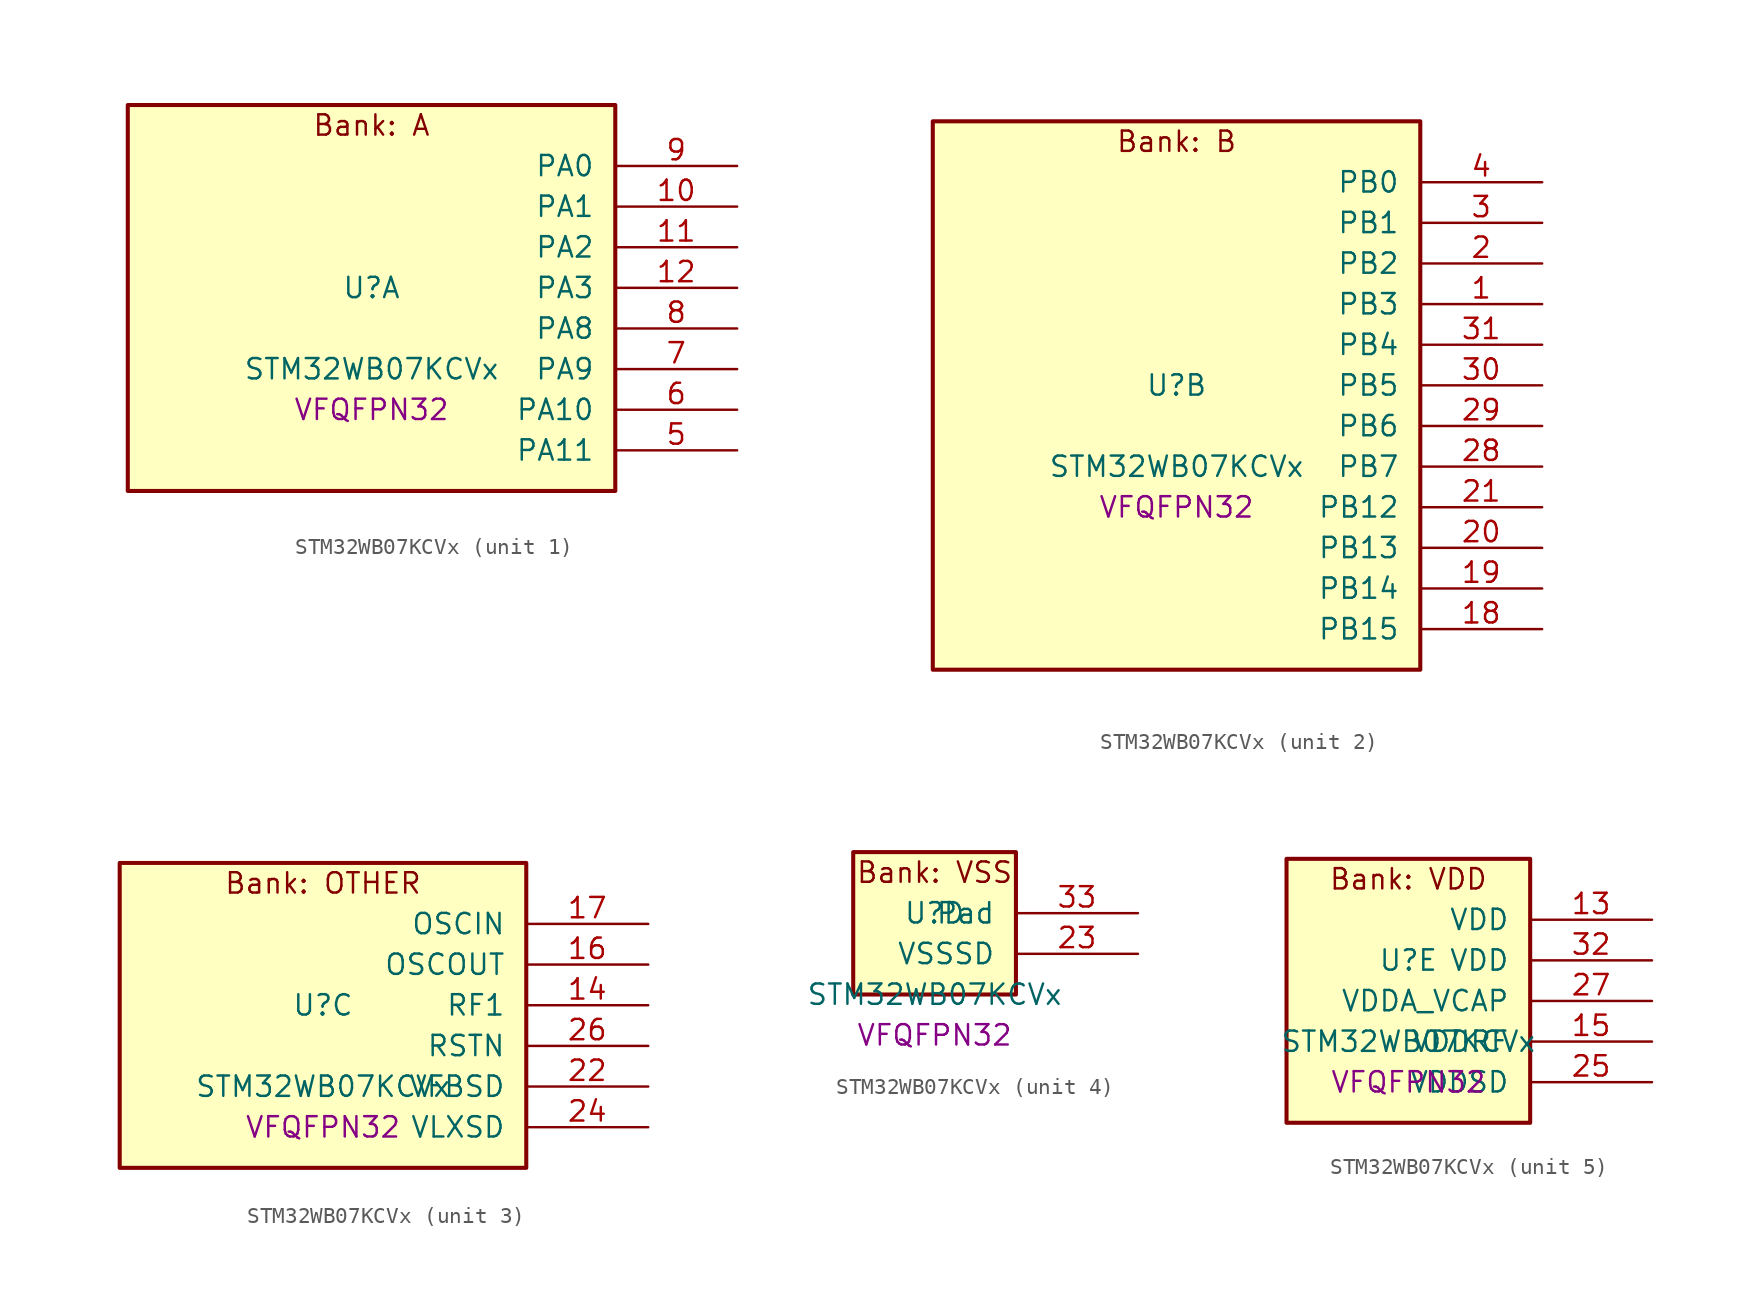
<source format=kicad_sym>
(kicad_symbol_lib
  (version 20241209)
  (generator "stm32_pkl_generator")
  (generator_version "1.0")
  (symbol "STM32WB07KCVx"
    (pin_names
      (offset 1.27))
    (property "Reference" "U"
      (at 0 2.54 0))
    (property "Value" "STM32WB07KCVx"
      (at 0 -2.54 0))
    (property "Footprint" "VFQFPN32"
      (at 0 -5.08 0))
    (symbol "STM32WB07KCVx_1_1"
      (rectangle (start -15.24 13.97) (end 15.24 -10.16) (stroke (width 0.254) (type solid)) (fill (type background)))
      (text "Bank: A" (at 0 12.7 0))
      (pin bidirectional line (at 22.86 10.16 180) (length 7.62) (name "PA0") (number "9") (alternate "PA0/I2C1_SCL" bidirectional line) (alternate "PA0/I2S2_MCK" bidirectional line) (alternate "PA0/PWR_WKUP12" bidirectional line) (alternate "PA0/TIM1_CH3" bidirectional line) (alternate "PA0/USART1_CTS" bidirectional line))
      (pin bidirectional line (at 22.86 7.62 180) (length 7.62) (name "PA1") (number "10") (alternate "PA1/I2C1_SDA" bidirectional line) (alternate "PA1/PWR_WKUP13" bidirectional line) (alternate "PA1/SPI2_MISO" bidirectional line) (alternate "PA1/TIM1_CH4" bidirectional line) (alternate "PA1/USART1_TX" bidirectional line))
      (pin bidirectional line (at 22.86 5.08 180) (length 7.62) (name "PA2") (number "11") (alternate "PA2/DEBUG_SWDIO" bidirectional line) (alternate "PA2/I2S3_MCK" bidirectional line) (alternate "PA2/PWR_WKUP14" bidirectional line) (alternate "PA2/USART1_CK" bidirectional line))
      (pin bidirectional line (at 22.86 2.54 180) (length 7.62) (name "PA3") (number "12") (alternate "PA3/DEBUG_SWCLK" bidirectional line) (alternate "PA3/I2S3_SCK" bidirectional line) (alternate "PA3/PWR_WKUP15" bidirectional line) (alternate "PA3/SPI3_SCK" bidirectional line) (alternate "PA3/TIM1_BKIN2" bidirectional line) (alternate "PA3/USART1_DE" bidirectional line) (alternate "PA3/USART1_RTS" bidirectional line))
      (pin bidirectional line (at 22.86 0 180) (length 7.62) (name "PA8") (number "8") (alternate "PA8/PWR_WKUP8" bidirectional line) (alternate "PA8/PWR_WKUP20" bidirectional line) (alternate "PA8/RADIO_RX_SEQUENCE" bidirectional line) (alternate "PA8/RTC_OUT" bidirectional line) (alternate "PA8/SPI1_MOSI" bidirectional line) (alternate "PA8/SPI3_MISO" bidirectional line) (alternate "PA8/TIM1_CH3" bidirectional line) (alternate "PA8/USART1_RX" bidirectional line))
      (pin bidirectional line (at 22.86 -2.54 180) (length 7.62) (name "PA9") (number "7") (alternate "PA9/I2S3_WS" bidirectional line) (alternate "PA9/PWR_WKUP9" bidirectional line) (alternate "PA9/PWR_WKUP21" bidirectional line) (alternate "PA9/RTC_OUT" bidirectional line) (alternate "PA9/SPI1_SCK" bidirectional line) (alternate "PA9/SPI3_NSS" bidirectional line) (alternate "PA9/TIM1_CH4" bidirectional line) (alternate "PA9/USART1_TX" bidirectional line))
      (pin bidirectional line (at 22.86 -5.08 180) (length 7.62) (name "PA10") (number "6") (alternate "PA10/I2S3_MCK" bidirectional line) (alternate "PA10/PWR_WKUP10" bidirectional line) (alternate "PA10/PWR_WKUP22" bidirectional line) (alternate "PA10/RADIO_TX_SEQUENCE" bidirectional line) (alternate "PA10/RCC_LCO" bidirectional line) (alternate "PA10/SPI1_MISO" bidirectional line))
      (pin bidirectional line (at 22.86 -7.62 180) (length 7.62) (name "PA11") (number "5") (alternate "PA11/I2S3_SD" bidirectional line) (alternate "PA11/PWR_WKUP11" bidirectional line) (alternate "PA11/PWR_WKUP23" bidirectional line) (alternate "PA11/RADIO_RX_SEQUENCE" bidirectional line) (alternate "PA11/RCC_MCO" bidirectional line) (alternate "PA11/RTC_OUT" bidirectional line) (alternate "PA11/SPI1_NSS" bidirectional line) (alternate "PA11/SPI3_MOSI" bidirectional line)))
    (symbol "STM32WB07KCVx_2_1"
      (rectangle (start -15.24 19.05) (end 15.24 -15.24) (stroke (width 0.254) (type solid)) (fill (type background)))
      (text "Bank: B" (at 0 17.78 0))
      (pin bidirectional line (at 22.86 15.24 180) (length 7.62) (name "PB0") (number "4") (alternate "PB0/ADC1_VINM1" bidirectional line) (alternate "PB0/LPUART1_DE" bidirectional line) (alternate "PB0/LPUART1_RTS" bidirectional line) (alternate "PB0/PWR_WKUP0" bidirectional line) (alternate "PB0/TIM1_CH2N" bidirectional line) (alternate "PB0/USART1_RX" bidirectional line))
      (pin bidirectional line (at 22.86 12.7 180) (length 7.62) (name "PB1") (number "3") (alternate "PB1/ADC1_PDM_CLK" bidirectional line) (alternate "PB1/ADC1_VINP1" bidirectional line) (alternate "PB1/PWR_WKUP1" bidirectional line) (alternate "PB1/SPI1_NSS" bidirectional line) (alternate "PB1/TIM1_ETR" bidirectional line))
      (pin bidirectional line (at 22.86 10.16 180) (length 7.62) (name "PB2") (number "2") (alternate "PB2/ADC1_PDM_DATA" bidirectional line) (alternate "PB2/ADC1_PGA_CAP0" bidirectional line) (alternate "PB2/ADC1_VINM0" bidirectional line) (alternate "PB2/PWR_WKUP2" bidirectional line) (alternate "PB2/TIM1_CH3" bidirectional line) (alternate "PB2/USART1_DE" bidirectional line) (alternate "PB2/USART1_RTS" bidirectional line))
      (pin bidirectional line (at 22.86 7.62 180) (length 7.62) (name "PB3") (number "1") (alternate "PB3/ADC1_PGA_CAP1" bidirectional line) (alternate "PB3/ADC1_VINP0" bidirectional line) (alternate "PB3/LPUART1_TX" bidirectional line) (alternate "PB3/PWR_WKUP3" bidirectional line) (alternate "PB3/TIM1_CH4" bidirectional line) (alternate "PB3/USART1_CTS" bidirectional line))
      (pin bidirectional line (at 22.86 5.08 180) (length 7.62) (name "PB4") (number "31") (alternate "PB4/ADC1_PDM_DATA" bidirectional line) (alternate "PB4/ADC1_PGA_VIN" bidirectional line) (alternate "PB4/LPUART1_TX" bidirectional line) (alternate "PB4/PWR_WKUP4" bidirectional line) (alternate "PB4/SPI2_MISO" bidirectional line))
      (pin bidirectional line (at 22.86 2.54 180) (length 7.62) (name "PB5") (number "30") (alternate "PB5/ADC1_PDM_CLK" bidirectional line) (alternate "PB5/ADC1_PGA_VBIAS_MIC" bidirectional line) (alternate "PB5/I2S2_SD" bidirectional line) (alternate "PB5/LPUART1_RX" bidirectional line) (alternate "PB5/PWR_WKUP5" bidirectional line) (alternate "PB5/SPI2_MOSI" bidirectional line))
      (pin bidirectional line (at 22.86 0 180) (length 7.62) (name "PB6") (number "29") (alternate "PB6/I2C2_SCL" bidirectional line) (alternate "PB6/I2S2_WS" bidirectional line) (alternate "PB6/LPUART1_TX" bidirectional line) (alternate "PB6/PWR_WKUP6" bidirectional line) (alternate "PB6/SPI2_NSS" bidirectional line) (alternate "PB6/TIM1_CH1" bidirectional line))
      (pin bidirectional line (at 22.86 -2.54 180) (length 7.62) (name "PB7") (number "28") (alternate "PB7/I2C2_SDA" bidirectional line) (alternate "PB7/I2S2_SCK" bidirectional line) (alternate "PB7/LPUART1_RX" bidirectional line) (alternate "PB7/PWR_WKUP7" bidirectional line) (alternate "PB7/SPI2_SCK" bidirectional line) (alternate "PB7/TIM1_CH2" bidirectional line))
      (pin bidirectional line (at 22.86 -5.08 180) (length 7.62) (name "PB12") (number "21") (alternate "PB12/ADC1_PDM_DATA" bidirectional line) (alternate "PB12/RCC_LCO" bidirectional line) (alternate "PB12/RCC_OSC32_OUT" bidirectional line) (alternate "PB12/SPI1_SCK" bidirectional line) (alternate "PB12/TIM1_CH3" bidirectional line))
      (pin bidirectional line (at 22.86 -7.62 180) (length 7.62) (name "PB13") (number "20") (alternate "PB13/ADC1_PDM_CLK" bidirectional line) (alternate "PB13/I2C2_SCL" bidirectional line) (alternate "PB13/RCC_OSC32_IN" bidirectional line) (alternate "PB13/SPI1_MISO" bidirectional line) (alternate "PB13/TIM1_BKIN2" bidirectional line) (alternate "PB13/TIM1_CH4" bidirectional line))
      (pin bidirectional line (at 22.86 -10.16 180) (length 7.62) (name "PB14") (number "19") (alternate "PB14/I2C2_SDA" bidirectional line) (alternate "PB14/PWR_PVD_IN" bidirectional line) (alternate "PB14/SPI1_MOSI" bidirectional line) (alternate "PB14/TIM1_CH3N" bidirectional line) (alternate "PB14/TIM1_ETR" bidirectional line) (alternate "PB14/USART1_RX" bidirectional line))
      (pin bidirectional line (at 22.86 -12.7 180) (length 7.62) (name "PB15") (number "18") (alternate "PB15/I2C1_SMBA" bidirectional line) (alternate "PB15/RADIO_TX_SEQUENCE" bidirectional line) (alternate "PB15/RCC_MCO" bidirectional line) (alternate "PB15/USART1_TX" bidirectional line)))
    (symbol "STM32WB07KCVx_3_1"
      (rectangle (start -12.7 11.43) (end 12.7 -7.62) (stroke (width 0.254) (type solid)) (fill (type background)))
      (text "Bank: OTHER" (at 0 10.16 0))
      (pin bidirectional line (at 20.32 7.62 180) (length 7.62) (name "OSCIN") (number "17") (alternate "OSCIN/RCC_OSC_IN" bidirectional line))
      (pin bidirectional line (at 20.32 5.08 180) (length 7.62) (name "OSCOUT") (number "16") (alternate "OSCOUT/RCC_OSC_OUT" bidirectional line))
      (pin bidirectional line (at 20.32 2.54 180) (length 7.62) (name "RF1") (number "14") (alternate "RF1/RADIO_RF1" bidirectional line))
      (pin power_in line (at 20.32 0 180) (length 7.62) (name "RSTN") (number "26"))
      (pin power_in line (at 20.32 -2.54 180) (length 7.62) (name "VFBSD") (number "22"))
      (pin power_in line (at 20.32 -5.08 180) (length 7.62) (name "VLXSD") (number "24")))
    (symbol "STM32WB07KCVx_4_1"
      (rectangle (start -5.08 6.35) (end 5.08 -2.54) (stroke (width 0.254) (type solid)) (fill (type background)))
      (text "Bank: VSS" (at 0 5.08 0))
      (pin passive line (at 12.7 2.54 180) (length 7.62) (name "Pad") (number "33"))
      (pin power_in line (at 12.7 0 180) (length 7.62) (name "VSSSD") (number "23")))
    (symbol "STM32WB07KCVx_5_1"
      (rectangle (start -7.62 8.89) (end 7.62 -7.62) (stroke (width 0.254) (type solid)) (fill (type background)))
      (text "Bank: VDD" (at 0 7.62 0))
      (pin power_in line (at 15.24 5.08 180) (length 7.62) (name "VDD") (number "13"))
      (pin power_in line (at 15.24 2.54 180) (length 7.62) (name "VDD") (number "32"))
      (pin power_in line (at 15.24 0 180) (length 7.62) (name "VDDA_VCAP") (number "27"))
      (pin power_in line (at 15.24 -2.54 180) (length 7.62) (name "VDDRF") (number "15"))
      (pin power_in line (at 15.24 -5.08 180) (length 7.62) (name "VDDSD") (number "25")))))
</source>
